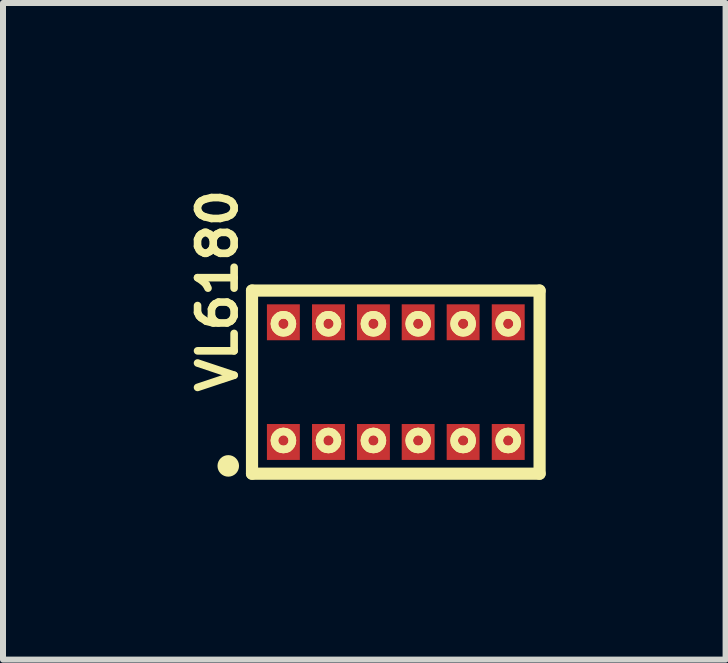
<source format=kicad_pcb>
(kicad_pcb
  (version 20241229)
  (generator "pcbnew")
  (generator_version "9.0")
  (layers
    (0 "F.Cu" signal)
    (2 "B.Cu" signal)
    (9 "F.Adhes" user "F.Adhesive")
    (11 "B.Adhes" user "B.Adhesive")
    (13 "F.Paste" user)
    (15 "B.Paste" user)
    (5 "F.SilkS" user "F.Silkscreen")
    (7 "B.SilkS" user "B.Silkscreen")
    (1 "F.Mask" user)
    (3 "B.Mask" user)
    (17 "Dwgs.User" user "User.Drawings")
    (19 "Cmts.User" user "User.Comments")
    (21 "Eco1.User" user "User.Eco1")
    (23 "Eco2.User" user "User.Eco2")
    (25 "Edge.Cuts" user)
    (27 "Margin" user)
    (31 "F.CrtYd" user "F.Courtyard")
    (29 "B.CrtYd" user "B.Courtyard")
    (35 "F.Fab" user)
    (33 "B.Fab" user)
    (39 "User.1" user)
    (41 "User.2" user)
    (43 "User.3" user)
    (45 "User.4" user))
  (footprint "VL6180"
    (layer "F.Cu")
    (at 3.551 3.323)
    (property "Reference" "VL6180" (at -2.972 -1.524 90) (layer "F.SilkS") (effects (font (size 0.61 0.61) (thickness 0.127))))
    (attr smd)
    (fp_line (start -2.398 -1.527) (end 2.398 -1.527) (stroke (width 0.203) (type solid)) (layer "F.SilkS"))
    (fp_line (start -2.398 1.527) (end -2.398 -1.527) (stroke (width 0.203) (type solid)) (layer "F.SilkS"))
    (fp_line (start -2.024 -0.973) (end -2.019 -1.013) (stroke (width 0.127) (type solid)) (layer "F.SilkS"))
    (fp_line (start -2.024 0.973) (end -2.019 0.935) (stroke (width 0.127) (type solid)) (layer "F.SilkS"))
    (fp_line (start -2.019 -1.013) (end -2.004 -1.049) (stroke (width 0.127) (type solid)) (layer "F.SilkS"))
    (fp_line (start -2.019 -0.935) (end -2.024 -0.973) (stroke (width 0.127) (type solid)) (layer "F.SilkS"))
    (fp_line (start -2.019 0.935) (end -2.004 0.899) (stroke (width 0.127) (type solid)) (layer "F.SilkS"))
    (fp_line (start -2.019 1.013) (end -2.024 0.973) (stroke (width 0.127) (type solid)) (layer "F.SilkS"))
    (fp_line (start -2.004 -1.049) (end -1.979 -1.079) (stroke (width 0.127) (type solid)) (layer "F.SilkS"))
    (fp_line (start -2.004 -0.899) (end -2.019 -0.935) (stroke (width 0.127) (type solid)) (layer "F.SilkS"))
    (fp_line (start -2.004 0.899) (end -1.979 0.869) (stroke (width 0.127) (type solid)) (layer "F.SilkS"))
    (fp_line (start -2.004 1.049) (end -2.019 1.013) (stroke (width 0.127) (type solid)) (layer "F.SilkS"))
    (fp_line (start -1.979 -1.079) (end -1.948 -1.105) (stroke (width 0.127) (type solid)) (layer "F.SilkS"))
    (fp_line (start -1.979 -0.869) (end -2.004 -0.899) (stroke (width 0.127) (type solid)) (layer "F.SilkS"))
    (fp_line (start -1.979 0.869) (end -1.948 0.843) (stroke (width 0.127) (type solid)) (layer "F.SilkS"))
    (fp_line (start -1.979 1.079) (end -2.004 1.049) (stroke (width 0.127) (type solid)) (layer "F.SilkS"))
    (fp_line (start -1.948 -1.105) (end -1.913 -1.118) (stroke (width 0.127) (type solid)) (layer "F.SilkS"))
    (fp_line (start -1.948 -0.843) (end -1.979 -0.869) (stroke (width 0.127) (type solid)) (layer "F.SilkS"))
    (fp_line (start -1.948 0.843) (end -1.913 0.828) (stroke (width 0.127) (type solid)) (layer "F.SilkS"))
    (fp_line (start -1.948 1.105) (end -1.979 1.079) (stroke (width 0.127) (type solid)) (layer "F.SilkS"))
    (fp_line (start -1.913 -1.118) (end -1.875 -1.123) (stroke (width 0.127) (type solid)) (layer "F.SilkS"))
    (fp_line (start -1.913 -0.828) (end -1.948 -0.843) (stroke (width 0.127) (type solid)) (layer "F.SilkS"))
    (fp_line (start -1.913 0.828) (end -1.875 0.823) (stroke (width 0.127) (type solid)) (layer "F.SilkS"))
    (fp_line (start -1.913 1.118) (end -1.948 1.105) (stroke (width 0.127) (type solid)) (layer "F.SilkS"))
    (fp_line (start -1.875 -1.123) (end -1.834 -1.118) (stroke (width 0.127) (type solid)) (layer "F.SilkS"))
    (fp_line (start -1.875 -0.823) (end -1.913 -0.828) (stroke (width 0.127) (type solid)) (layer "F.SilkS"))
    (fp_line (start -1.875 0.823) (end -1.834 0.828) (stroke (width 0.127) (type solid)) (layer "F.SilkS"))
    (fp_line (start -1.875 1.123) (end -1.913 1.118) (stroke (width 0.127) (type solid)) (layer "F.SilkS"))
    (fp_line (start -1.834 -1.118) (end -1.798 -1.105) (stroke (width 0.127) (type solid)) (layer "F.SilkS"))
    (fp_line (start -1.834 -0.828) (end -1.875 -0.823) (stroke (width 0.127) (type solid)) (layer "F.SilkS"))
    (fp_line (start -1.834 0.828) (end -1.798 0.843) (stroke (width 0.127) (type solid)) (layer "F.SilkS"))
    (fp_line (start -1.834 1.118) (end -1.875 1.123) (stroke (width 0.127) (type solid)) (layer "F.SilkS"))
    (fp_line (start -1.798 -1.105) (end -1.768 -1.079) (stroke (width 0.127) (type solid)) (layer "F.SilkS"))
    (fp_line (start -1.798 -0.843) (end -1.834 -0.828) (stroke (width 0.127) (type solid)) (layer "F.SilkS"))
    (fp_line (start -1.798 0.843) (end -1.768 0.869) (stroke (width 0.127) (type solid)) (layer "F.SilkS"))
    (fp_line (start -1.798 1.105) (end -1.834 1.118) (stroke (width 0.127) (type solid)) (layer "F.SilkS"))
    (fp_line (start -1.768 -1.079) (end -1.745 -1.049) (stroke (width 0.127) (type solid)) (layer "F.SilkS"))
    (fp_line (start -1.768 -0.869) (end -1.798 -0.843) (stroke (width 0.127) (type solid)) (layer "F.SilkS"))
    (fp_line (start -1.768 0.869) (end -1.745 0.899) (stroke (width 0.127) (type solid)) (layer "F.SilkS"))
    (fp_line (start -1.768 1.079) (end -1.798 1.105) (stroke (width 0.127) (type solid)) (layer "F.SilkS"))
    (fp_line (start -1.745 -1.049) (end -1.73 -1.013) (stroke (width 0.127) (type solid)) (layer "F.SilkS"))
    (fp_line (start -1.745 -0.899) (end -1.768 -0.869) (stroke (width 0.127) (type solid)) (layer "F.SilkS"))
    (fp_line (start -1.745 0.899) (end -1.73 0.935) (stroke (width 0.127) (type solid)) (layer "F.SilkS"))
    (fp_line (start -1.745 1.049) (end -1.768 1.079) (stroke (width 0.127) (type solid)) (layer "F.SilkS"))
    (fp_line (start -1.73 -1.013) (end -1.725 -0.973) (stroke (width 0.127) (type solid)) (layer "F.SilkS"))
    (fp_line (start -1.73 -0.935) (end -1.745 -0.899) (stroke (width 0.127) (type solid)) (layer "F.SilkS"))
    (fp_line (start -1.73 0.935) (end -1.725 0.973) (stroke (width 0.127) (type solid)) (layer "F.SilkS"))
    (fp_line (start -1.73 1.013) (end -1.745 1.049) (stroke (width 0.127) (type solid)) (layer "F.SilkS"))
    (fp_line (start -1.725 -0.973) (end -1.73 -0.935) (stroke (width 0.127) (type solid)) (layer "F.SilkS"))
    (fp_line (start -1.725 0.973) (end -1.73 1.013) (stroke (width 0.127) (type solid)) (layer "F.SilkS"))
    (fp_line (start -1.273 -0.973) (end -1.267 -1.013) (stroke (width 0.127) (type solid)) (layer "F.SilkS"))
    (fp_line (start -1.273 0.973) (end -1.267 0.935) (stroke (width 0.127) (type solid)) (layer "F.SilkS"))
    (fp_line (start -1.267 -1.013) (end -1.255 -1.049) (stroke (width 0.127) (type solid)) (layer "F.SilkS"))
    (fp_line (start -1.267 -0.935) (end -1.273 -0.973) (stroke (width 0.127) (type solid)) (layer "F.SilkS"))
    (fp_line (start -1.267 0.935) (end -1.255 0.899) (stroke (width 0.127) (type solid)) (layer "F.SilkS"))
    (fp_line (start -1.267 1.013) (end -1.273 0.973) (stroke (width 0.127) (type solid)) (layer "F.SilkS"))
    (fp_line (start -1.255 -1.049) (end -1.229 -1.079) (stroke (width 0.127) (type solid)) (layer "F.SilkS"))
    (fp_line (start -1.255 -0.899) (end -1.267 -0.935) (stroke (width 0.127) (type solid)) (layer "F.SilkS"))
    (fp_line (start -1.255 0.899) (end -1.229 0.869) (stroke (width 0.127) (type solid)) (layer "F.SilkS"))
    (fp_line (start -1.255 1.049) (end -1.267 1.013) (stroke (width 0.127) (type solid)) (layer "F.SilkS"))
    (fp_line (start -1.229 -1.079) (end -1.199 -1.105) (stroke (width 0.127) (type solid)) (layer "F.SilkS"))
    (fp_line (start -1.229 -0.869) (end -1.255 -0.899) (stroke (width 0.127) (type solid)) (layer "F.SilkS"))
    (fp_line (start -1.229 0.869) (end -1.199 0.843) (stroke (width 0.127) (type solid)) (layer "F.SilkS"))
    (fp_line (start -1.229 1.079) (end -1.255 1.049) (stroke (width 0.127) (type solid)) (layer "F.SilkS"))
    (fp_line (start -1.199 -1.105) (end -1.163 -1.118) (stroke (width 0.127) (type solid)) (layer "F.SilkS"))
    (fp_line (start -1.199 -0.843) (end -1.229 -0.869) (stroke (width 0.127) (type solid)) (layer "F.SilkS"))
    (fp_line (start -1.199 0.843) (end -1.163 0.828) (stroke (width 0.127) (type solid)) (layer "F.SilkS"))
    (fp_line (start -1.199 1.105) (end -1.229 1.079) (stroke (width 0.127) (type solid)) (layer "F.SilkS"))
    (fp_line (start -1.163 -1.118) (end -1.123 -1.123) (stroke (width 0.127) (type solid)) (layer "F.SilkS"))
    (fp_line (start -1.163 -0.828) (end -1.199 -0.843) (stroke (width 0.127) (type solid)) (layer "F.SilkS"))
    (fp_line (start -1.163 0.828) (end -1.123 0.823) (stroke (width 0.127) (type solid)) (layer "F.SilkS"))
    (fp_line (start -1.163 1.118) (end -1.199 1.105) (stroke (width 0.127) (type solid)) (layer "F.SilkS"))
    (fp_line (start -1.123 -1.123) (end -1.085 -1.118) (stroke (width 0.127) (type solid)) (layer "F.SilkS"))
    (fp_line (start -1.123 -0.823) (end -1.163 -0.828) (stroke (width 0.127) (type solid)) (layer "F.SilkS"))
    (fp_line (start -1.123 0.823) (end -1.085 0.828) (stroke (width 0.127) (type solid)) (layer "F.SilkS"))
    (fp_line (start -1.123 1.123) (end -1.163 1.118) (stroke (width 0.127) (type solid)) (layer "F.SilkS"))
    (fp_line (start -1.085 -1.118) (end -1.049 -1.105) (stroke (width 0.127) (type solid)) (layer "F.SilkS"))
    (fp_line (start -1.085 -0.828) (end -1.123 -0.823) (stroke (width 0.127) (type solid)) (layer "F.SilkS"))
    (fp_line (start -1.085 0.828) (end -1.049 0.843) (stroke (width 0.127) (type solid)) (layer "F.SilkS"))
    (fp_line (start -1.085 1.118) (end -1.123 1.123) (stroke (width 0.127) (type solid)) (layer "F.SilkS"))
    (fp_line (start -1.049 -1.105) (end -1.019 -1.079) (stroke (width 0.127) (type solid)) (layer "F.SilkS"))
    (fp_line (start -1.049 -0.843) (end -1.085 -0.828) (stroke (width 0.127) (type solid)) (layer "F.SilkS"))
    (fp_line (start -1.049 0.843) (end -1.019 0.869) (stroke (width 0.127) (type solid)) (layer "F.SilkS"))
    (fp_line (start -1.049 1.105) (end -1.085 1.118) (stroke (width 0.127) (type solid)) (layer "F.SilkS"))
    (fp_line (start -1.019 -1.079) (end -0.993 -1.049) (stroke (width 0.127) (type solid)) (layer "F.SilkS"))
    (fp_line (start -1.019 -0.869) (end -1.049 -0.843) (stroke (width 0.127) (type solid)) (layer "F.SilkS"))
    (fp_line (start -1.019 0.869) (end -0.993 0.899) (stroke (width 0.127) (type solid)) (layer "F.SilkS"))
    (fp_line (start -1.019 1.079) (end -1.049 1.105) (stroke (width 0.127) (type solid)) (layer "F.SilkS"))
    (fp_line (start -0.993 -1.049) (end -0.978 -1.013) (stroke (width 0.127) (type solid)) (layer "F.SilkS"))
    (fp_line (start -0.993 -0.899) (end -1.019 -0.869) (stroke (width 0.127) (type solid)) (layer "F.SilkS"))
    (fp_line (start -0.993 0.899) (end -0.978 0.935) (stroke (width 0.127) (type solid)) (layer "F.SilkS"))
    (fp_line (start -0.993 1.049) (end -1.019 1.079) (stroke (width 0.127) (type solid)) (layer "F.SilkS"))
    (fp_line (start -0.978 -1.013) (end -0.973 -0.973) (stroke (width 0.127) (type solid)) (layer "F.SilkS"))
    (fp_line (start -0.978 -0.935) (end -0.993 -0.899) (stroke (width 0.127) (type solid)) (layer "F.SilkS"))
    (fp_line (start -0.978 0.935) (end -0.973 0.973) (stroke (width 0.127) (type solid)) (layer "F.SilkS"))
    (fp_line (start -0.978 1.013) (end -0.993 1.049) (stroke (width 0.127) (type solid)) (layer "F.SilkS"))
    (fp_line (start -0.973 -0.973) (end -0.978 -0.935) (stroke (width 0.127) (type solid)) (layer "F.SilkS"))
    (fp_line (start -0.973 0.973) (end -0.978 1.013) (stroke (width 0.127) (type solid)) (layer "F.SilkS"))
    (fp_line (start -0.523 -0.973) (end -0.518 -1.013) (stroke (width 0.127) (type solid)) (layer "F.SilkS"))
    (fp_line (start -0.523 0.973) (end -0.518 0.935) (stroke (width 0.127) (type solid)) (layer "F.SilkS"))
    (fp_line (start -0.518 -1.013) (end -0.503 -1.049) (stroke (width 0.127) (type solid)) (layer "F.SilkS"))
    (fp_line (start -0.518 -0.935) (end -0.523 -0.973) (stroke (width 0.127) (type solid)) (layer "F.SilkS"))
    (fp_line (start -0.518 0.935) (end -0.503 0.899) (stroke (width 0.127) (type solid)) (layer "F.SilkS"))
    (fp_line (start -0.518 1.013) (end -0.523 0.973) (stroke (width 0.127) (type solid)) (layer "F.SilkS"))
    (fp_line (start -0.503 -1.049) (end -0.48 -1.079) (stroke (width 0.127) (type solid)) (layer "F.SilkS"))
    (fp_line (start -0.503 -0.899) (end -0.518 -0.935) (stroke (width 0.127) (type solid)) (layer "F.SilkS"))
    (fp_line (start -0.503 0.899) (end -0.48 0.869) (stroke (width 0.127) (type solid)) (layer "F.SilkS"))
    (fp_line (start -0.503 1.049) (end -0.518 1.013) (stroke (width 0.127) (type solid)) (layer "F.SilkS"))
    (fp_line (start -0.48 -1.079) (end -0.45 -1.105) (stroke (width 0.127) (type solid)) (layer "F.SilkS"))
    (fp_line (start -0.48 -0.869) (end -0.503 -0.899) (stroke (width 0.127) (type solid)) (layer "F.SilkS"))
    (fp_line (start -0.48 0.869) (end -0.45 0.843) (stroke (width 0.127) (type solid)) (layer "F.SilkS"))
    (fp_line (start -0.48 1.079) (end -0.503 1.049) (stroke (width 0.127) (type solid)) (layer "F.SilkS"))
    (fp_line (start -0.45 -1.105) (end -0.411 -1.118) (stroke (width 0.127) (type solid)) (layer "F.SilkS"))
    (fp_line (start -0.45 -0.843) (end -0.48 -0.869) (stroke (width 0.127) (type solid)) (layer "F.SilkS"))
    (fp_line (start -0.45 0.843) (end -0.411 0.828) (stroke (width 0.127) (type solid)) (layer "F.SilkS"))
    (fp_line (start -0.45 1.105) (end -0.48 1.079) (stroke (width 0.127) (type solid)) (layer "F.SilkS"))
    (fp_line (start -0.411 -1.118) (end -0.373 -1.123) (stroke (width 0.127) (type solid)) (layer "F.SilkS"))
    (fp_line (start -0.411 -0.828) (end -0.45 -0.843) (stroke (width 0.127) (type solid)) (layer "F.SilkS"))
    (fp_line (start -0.411 0.828) (end -0.373 0.823) (stroke (width 0.127) (type solid)) (layer "F.SilkS"))
    (fp_line (start -0.411 1.118) (end -0.45 1.105) (stroke (width 0.127) (type solid)) (layer "F.SilkS"))
    (fp_line (start -0.373 -1.123) (end -0.335 -1.118) (stroke (width 0.127) (type solid)) (layer "F.SilkS"))
    (fp_line (start -0.373 -0.823) (end -0.411 -0.828) (stroke (width 0.127) (type solid)) (layer "F.SilkS"))
    (fp_line (start -0.373 0.823) (end -0.335 0.828) (stroke (width 0.127) (type solid)) (layer "F.SilkS"))
    (fp_line (start -0.373 1.123) (end -0.411 1.118) (stroke (width 0.127) (type solid)) (layer "F.SilkS"))
    (fp_line (start -0.335 -1.118) (end -0.3 -1.105) (stroke (width 0.127) (type solid)) (layer "F.SilkS"))
    (fp_line (start -0.335 -0.828) (end -0.373 -0.823) (stroke (width 0.127) (type solid)) (layer "F.SilkS"))
    (fp_line (start -0.335 0.828) (end -0.3 0.843) (stroke (width 0.127) (type solid)) (layer "F.SilkS"))
    (fp_line (start -0.335 1.118) (end -0.373 1.123) (stroke (width 0.127) (type solid)) (layer "F.SilkS"))
    (fp_line (start -0.3 -1.105) (end -0.267 -1.079) (stroke (width 0.127) (type solid)) (layer "F.SilkS"))
    (fp_line (start -0.3 -0.843) (end -0.335 -0.828) (stroke (width 0.127) (type solid)) (layer "F.SilkS"))
    (fp_line (start -0.3 0.843) (end -0.267 0.869) (stroke (width 0.127) (type solid)) (layer "F.SilkS"))
    (fp_line (start -0.3 1.105) (end -0.335 1.118) (stroke (width 0.127) (type solid)) (layer "F.SilkS"))
    (fp_line (start -0.267 -1.079) (end -0.244 -1.049) (stroke (width 0.127) (type solid)) (layer "F.SilkS"))
    (fp_line (start -0.267 -0.869) (end -0.3 -0.843) (stroke (width 0.127) (type solid)) (layer "F.SilkS"))
    (fp_line (start -0.267 0.869) (end -0.244 0.899) (stroke (width 0.127) (type solid)) (layer "F.SilkS"))
    (fp_line (start -0.267 1.079) (end -0.3 1.105) (stroke (width 0.127) (type solid)) (layer "F.SilkS"))
    (fp_line (start -0.244 -1.049) (end -0.229 -1.013) (stroke (width 0.127) (type solid)) (layer "F.SilkS"))
    (fp_line (start -0.244 -0.899) (end -0.267 -0.869) (stroke (width 0.127) (type solid)) (layer "F.SilkS"))
    (fp_line (start -0.244 0.899) (end -0.229 0.935) (stroke (width 0.127) (type solid)) (layer "F.SilkS"))
    (fp_line (start -0.244 1.049) (end -0.267 1.079) (stroke (width 0.127) (type solid)) (layer "F.SilkS"))
    (fp_line (start -0.229 -1.013) (end -0.224 -0.973) (stroke (width 0.127) (type solid)) (layer "F.SilkS"))
    (fp_line (start -0.229 -0.935) (end -0.244 -0.899) (stroke (width 0.127) (type solid)) (layer "F.SilkS"))
    (fp_line (start -0.229 0.935) (end -0.224 0.973) (stroke (width 0.127) (type solid)) (layer "F.SilkS"))
    (fp_line (start -0.229 1.013) (end -0.244 1.049) (stroke (width 0.127) (type solid)) (layer "F.SilkS"))
    (fp_line (start -0.224 -0.973) (end -0.229 -0.935) (stroke (width 0.127) (type solid)) (layer "F.SilkS"))
    (fp_line (start -0.224 0.973) (end -0.229 1.013) (stroke (width 0.127) (type solid)) (layer "F.SilkS"))
    (fp_line (start 0.224 -0.973) (end 0.229 -1.013) (stroke (width 0.127) (type solid)) (layer "F.SilkS"))
    (fp_line (start 0.224 0.973) (end 0.229 0.935) (stroke (width 0.127) (type solid)) (layer "F.SilkS"))
    (fp_line (start 0.229 -1.013) (end 0.244 -1.049) (stroke (width 0.127) (type solid)) (layer "F.SilkS"))
    (fp_line (start 0.229 -0.935) (end 0.224 -0.973) (stroke (width 0.127) (type solid)) (layer "F.SilkS"))
    (fp_line (start 0.229 0.935) (end 0.244 0.899) (stroke (width 0.127) (type solid)) (layer "F.SilkS"))
    (fp_line (start 0.229 1.013) (end 0.224 0.973) (stroke (width 0.127) (type solid)) (layer "F.SilkS"))
    (fp_line (start 0.244 -1.049) (end 0.267 -1.079) (stroke (width 0.127) (type solid)) (layer "F.SilkS"))
    (fp_line (start 0.244 -0.899) (end 0.229 -0.935) (stroke (width 0.127) (type solid)) (layer "F.SilkS"))
    (fp_line (start 0.244 0.899) (end 0.267 0.869) (stroke (width 0.127) (type solid)) (layer "F.SilkS"))
    (fp_line (start 0.244 1.049) (end 0.229 1.013) (stroke (width 0.127) (type solid)) (layer "F.SilkS"))
    (fp_line (start 0.267 -1.079) (end 0.3 -1.105) (stroke (width 0.127) (type solid)) (layer "F.SilkS"))
    (fp_line (start 0.267 -0.869) (end 0.244 -0.899) (stroke (width 0.127) (type solid)) (layer "F.SilkS"))
    (fp_line (start 0.267 0.869) (end 0.3 0.843) (stroke (width 0.127) (type solid)) (layer "F.SilkS"))
    (fp_line (start 0.267 1.079) (end 0.244 1.049) (stroke (width 0.127) (type solid)) (layer "F.SilkS"))
    (fp_line (start 0.3 -1.105) (end 0.335 -1.118) (stroke (width 0.127) (type solid)) (layer "F.SilkS"))
    (fp_line (start 0.3 -0.843) (end 0.267 -0.869) (stroke (width 0.127) (type solid)) (layer "F.SilkS"))
    (fp_line (start 0.3 0.843) (end 0.335 0.828) (stroke (width 0.127) (type solid)) (layer "F.SilkS"))
    (fp_line (start 0.3 1.105) (end 0.267 1.079) (stroke (width 0.127) (type solid)) (layer "F.SilkS"))
    (fp_line (start 0.335 -1.118) (end 0.373 -1.123) (stroke (width 0.127) (type solid)) (layer "F.SilkS"))
    (fp_line (start 0.335 -0.828) (end 0.3 -0.843) (stroke (width 0.127) (type solid)) (layer "F.SilkS"))
    (fp_line (start 0.335 0.828) (end 0.373 0.823) (stroke (width 0.127) (type solid)) (layer "F.SilkS"))
    (fp_line (start 0.335 1.118) (end 0.3 1.105) (stroke (width 0.127) (type solid)) (layer "F.SilkS"))
    (fp_line (start 0.373 -1.123) (end 0.411 -1.118) (stroke (width 0.127) (type solid)) (layer "F.SilkS"))
    (fp_line (start 0.373 -0.823) (end 0.335 -0.828) (stroke (width 0.127) (type solid)) (layer "F.SilkS"))
    (fp_line (start 0.373 0.823) (end 0.411 0.828) (stroke (width 0.127) (type solid)) (layer "F.SilkS"))
    (fp_line (start 0.373 1.123) (end 0.335 1.118) (stroke (width 0.127) (type solid)) (layer "F.SilkS"))
    (fp_line (start 0.411 -1.118) (end 0.45 -1.105) (stroke (width 0.127) (type solid)) (layer "F.SilkS"))
    (fp_line (start 0.411 -0.828) (end 0.373 -0.823) (stroke (width 0.127) (type solid)) (layer "F.SilkS"))
    (fp_line (start 0.411 0.828) (end 0.45 0.843) (stroke (width 0.127) (type solid)) (layer "F.SilkS"))
    (fp_line (start 0.411 1.118) (end 0.373 1.123) (stroke (width 0.127) (type solid)) (layer "F.SilkS"))
    (fp_line (start 0.45 -1.105) (end 0.48 -1.079) (stroke (width 0.127) (type solid)) (layer "F.SilkS"))
    (fp_line (start 0.45 -0.843) (end 0.411 -0.828) (stroke (width 0.127) (type solid)) (layer "F.SilkS"))
    (fp_line (start 0.45 0.843) (end 0.48 0.869) (stroke (width 0.127) (type solid)) (layer "F.SilkS"))
    (fp_line (start 0.45 1.105) (end 0.411 1.118) (stroke (width 0.127) (type solid)) (layer "F.SilkS"))
    (fp_line (start 0.48 -1.079) (end 0.503 -1.049) (stroke (width 0.127) (type solid)) (layer "F.SilkS"))
    (fp_line (start 0.48 -0.869) (end 0.45 -0.843) (stroke (width 0.127) (type solid)) (layer "F.SilkS"))
    (fp_line (start 0.48 0.869) (end 0.503 0.899) (stroke (width 0.127) (type solid)) (layer "F.SilkS"))
    (fp_line (start 0.48 1.079) (end 0.45 1.105) (stroke (width 0.127) (type solid)) (layer "F.SilkS"))
    (fp_line (start 0.503 -1.049) (end 0.518 -1.013) (stroke (width 0.127) (type solid)) (layer "F.SilkS"))
    (fp_line (start 0.503 -0.899) (end 0.48 -0.869) (stroke (width 0.127) (type solid)) (layer "F.SilkS"))
    (fp_line (start 0.503 0.899) (end 0.518 0.935) (stroke (width 0.127) (type solid)) (layer "F.SilkS"))
    (fp_line (start 0.503 1.049) (end 0.48 1.079) (stroke (width 0.127) (type solid)) (layer "F.SilkS"))
    (fp_line (start 0.518 -1.013) (end 0.523 -0.973) (stroke (width 0.127) (type solid)) (layer "F.SilkS"))
    (fp_line (start 0.518 -0.935) (end 0.503 -0.899) (stroke (width 0.127) (type solid)) (layer "F.SilkS"))
    (fp_line (start 0.518 0.935) (end 0.523 0.973) (stroke (width 0.127) (type solid)) (layer "F.SilkS"))
    (fp_line (start 0.518 1.013) (end 0.503 1.049) (stroke (width 0.127) (type solid)) (layer "F.SilkS"))
    (fp_line (start 0.523 -0.973) (end 0.518 -0.935) (stroke (width 0.127) (type solid)) (layer "F.SilkS"))
    (fp_line (start 0.523 0.973) (end 0.518 1.013) (stroke (width 0.127) (type solid)) (layer "F.SilkS"))
    (fp_line (start 0.973 -0.973) (end 0.978 -1.013) (stroke (width 0.127) (type solid)) (layer "F.SilkS"))
    (fp_line (start 0.973 0.973) (end 0.978 0.935) (stroke (width 0.127) (type solid)) (layer "F.SilkS"))
    (fp_line (start 0.978 -1.013) (end 0.993 -1.049) (stroke (width 0.127) (type solid)) (layer "F.SilkS"))
    (fp_line (start 0.978 -0.935) (end 0.973 -0.973) (stroke (width 0.127) (type solid)) (layer "F.SilkS"))
    (fp_line (start 0.978 0.935) (end 0.993 0.899) (stroke (width 0.127) (type solid)) (layer "F.SilkS"))
    (fp_line (start 0.978 1.013) (end 0.973 0.973) (stroke (width 0.127) (type solid)) (layer "F.SilkS"))
    (fp_line (start 0.993 -1.049) (end 1.019 -1.079) (stroke (width 0.127) (type solid)) (layer "F.SilkS"))
    (fp_line (start 0.993 -0.899) (end 0.978 -0.935) (stroke (width 0.127) (type solid)) (layer "F.SilkS"))
    (fp_line (start 0.993 0.899) (end 1.019 0.869) (stroke (width 0.127) (type solid)) (layer "F.SilkS"))
    (fp_line (start 0.993 1.049) (end 0.978 1.013) (stroke (width 0.127) (type solid)) (layer "F.SilkS"))
    (fp_line (start 1.019 -1.079) (end 1.049 -1.105) (stroke (width 0.127) (type solid)) (layer "F.SilkS"))
    (fp_line (start 1.019 -0.869) (end 0.993 -0.899) (stroke (width 0.127) (type solid)) (layer "F.SilkS"))
    (fp_line (start 1.019 0.869) (end 1.049 0.843) (stroke (width 0.127) (type solid)) (layer "F.SilkS"))
    (fp_line (start 1.019 1.079) (end 0.993 1.049) (stroke (width 0.127) (type solid)) (layer "F.SilkS"))
    (fp_line (start 1.049 -1.105) (end 1.085 -1.118) (stroke (width 0.127) (type solid)) (layer "F.SilkS"))
    (fp_line (start 1.049 -0.843) (end 1.019 -0.869) (stroke (width 0.127) (type solid)) (layer "F.SilkS"))
    (fp_line (start 1.049 0.843) (end 1.085 0.828) (stroke (width 0.127) (type solid)) (layer "F.SilkS"))
    (fp_line (start 1.049 1.105) (end 1.019 1.079) (stroke (width 0.127) (type solid)) (layer "F.SilkS"))
    (fp_line (start 1.085 -1.118) (end 1.123 -1.123) (stroke (width 0.127) (type solid)) (layer "F.SilkS"))
    (fp_line (start 1.085 -0.828) (end 1.049 -0.843) (stroke (width 0.127) (type solid)) (layer "F.SilkS"))
    (fp_line (start 1.085 0.828) (end 1.123 0.823) (stroke (width 0.127) (type solid)) (layer "F.SilkS"))
    (fp_line (start 1.085 1.118) (end 1.049 1.105) (stroke (width 0.127) (type solid)) (layer "F.SilkS"))
    (fp_line (start 1.123 -1.123) (end 1.163 -1.118) (stroke (width 0.127) (type solid)) (layer "F.SilkS"))
    (fp_line (start 1.123 -0.823) (end 1.085 -0.828) (stroke (width 0.127) (type solid)) (layer "F.SilkS"))
    (fp_line (start 1.123 0.823) (end 1.163 0.828) (stroke (width 0.127) (type solid)) (layer "F.SilkS"))
    (fp_line (start 1.123 1.123) (end 1.085 1.118) (stroke (width 0.127) (type solid)) (layer "F.SilkS"))
    (fp_line (start 1.163 -1.118) (end 1.199 -1.105) (stroke (width 0.127) (type solid)) (layer "F.SilkS"))
    (fp_line (start 1.163 -0.828) (end 1.123 -0.823) (stroke (width 0.127) (type solid)) (layer "F.SilkS"))
    (fp_line (start 1.163 0.828) (end 1.199 0.843) (stroke (width 0.127) (type solid)) (layer "F.SilkS"))
    (fp_line (start 1.163 1.118) (end 1.123 1.123) (stroke (width 0.127) (type solid)) (layer "F.SilkS"))
    (fp_line (start 1.199 -1.105) (end 1.229 -1.079) (stroke (width 0.127) (type solid)) (layer "F.SilkS"))
    (fp_line (start 1.199 -0.843) (end 1.163 -0.828) (stroke (width 0.127) (type solid)) (layer "F.SilkS"))
    (fp_line (start 1.199 0.843) (end 1.229 0.869) (stroke (width 0.127) (type solid)) (layer "F.SilkS"))
    (fp_line (start 1.199 1.105) (end 1.163 1.118) (stroke (width 0.127) (type solid)) (layer "F.SilkS"))
    (fp_line (start 1.229 -1.079) (end 1.255 -1.049) (stroke (width 0.127) (type solid)) (layer "F.SilkS"))
    (fp_line (start 1.229 -0.869) (end 1.199 -0.843) (stroke (width 0.127) (type solid)) (layer "F.SilkS"))
    (fp_line (start 1.229 0.869) (end 1.255 0.899) (stroke (width 0.127) (type solid)) (layer "F.SilkS"))
    (fp_line (start 1.229 1.079) (end 1.199 1.105) (stroke (width 0.127) (type solid)) (layer "F.SilkS"))
    (fp_line (start 1.255 -1.049) (end 1.267 -1.013) (stroke (width 0.127) (type solid)) (layer "F.SilkS"))
    (fp_line (start 1.255 -0.899) (end 1.229 -0.869) (stroke (width 0.127) (type solid)) (layer "F.SilkS"))
    (fp_line (start 1.255 0.899) (end 1.267 0.935) (stroke (width 0.127) (type solid)) (layer "F.SilkS"))
    (fp_line (start 1.255 1.049) (end 1.229 1.079) (stroke (width 0.127) (type solid)) (layer "F.SilkS"))
    (fp_line (start 1.267 -1.013) (end 1.273 -0.973) (stroke (width 0.127) (type solid)) (layer "F.SilkS"))
    (fp_line (start 1.267 -0.935) (end 1.255 -0.899) (stroke (width 0.127) (type solid)) (layer "F.SilkS"))
    (fp_line (start 1.267 0.935) (end 1.273 0.973) (stroke (width 0.127) (type solid)) (layer "F.SilkS"))
    (fp_line (start 1.267 1.013) (end 1.255 1.049) (stroke (width 0.127) (type solid)) (layer "F.SilkS"))
    (fp_line (start 1.273 -0.973) (end 1.267 -0.935) (stroke (width 0.127) (type solid)) (layer "F.SilkS"))
    (fp_line (start 1.273 0.973) (end 1.267 1.013) (stroke (width 0.127) (type solid)) (layer "F.SilkS"))
    (fp_line (start 1.725 -0.973) (end 1.73 -1.013) (stroke (width 0.127) (type solid)) (layer "F.SilkS"))
    (fp_line (start 1.725 0.973) (end 1.73 0.935) (stroke (width 0.127) (type solid)) (layer "F.SilkS"))
    (fp_line (start 1.73 -1.013) (end 1.745 -1.049) (stroke (width 0.127) (type solid)) (layer "F.SilkS"))
    (fp_line (start 1.73 -0.935) (end 1.725 -0.973) (stroke (width 0.127) (type solid)) (layer "F.SilkS"))
    (fp_line (start 1.73 0.935) (end 1.745 0.899) (stroke (width 0.127) (type solid)) (layer "F.SilkS"))
    (fp_line (start 1.73 1.013) (end 1.725 0.973) (stroke (width 0.127) (type solid)) (layer "F.SilkS"))
    (fp_line (start 1.745 -1.049) (end 1.768 -1.079) (stroke (width 0.127) (type solid)) (layer "F.SilkS"))
    (fp_line (start 1.745 -0.899) (end 1.73 -0.935) (stroke (width 0.127) (type solid)) (layer "F.SilkS"))
    (fp_line (start 1.745 0.899) (end 1.768 0.869) (stroke (width 0.127) (type solid)) (layer "F.SilkS"))
    (fp_line (start 1.745 1.049) (end 1.73 1.013) (stroke (width 0.127) (type solid)) (layer "F.SilkS"))
    (fp_line (start 1.768 -1.079) (end 1.798 -1.105) (stroke (width 0.127) (type solid)) (layer "F.SilkS"))
    (fp_line (start 1.768 -0.869) (end 1.745 -0.899) (stroke (width 0.127) (type solid)) (layer "F.SilkS"))
    (fp_line (start 1.768 0.869) (end 1.798 0.843) (stroke (width 0.127) (type solid)) (layer "F.SilkS"))
    (fp_line (start 1.768 1.079) (end 1.745 1.049) (stroke (width 0.127) (type solid)) (layer "F.SilkS"))
    (fp_line (start 1.798 -1.105) (end 1.834 -1.118) (stroke (width 0.127) (type solid)) (layer "F.SilkS"))
    (fp_line (start 1.798 -0.843) (end 1.768 -0.869) (stroke (width 0.127) (type solid)) (layer "F.SilkS"))
    (fp_line (start 1.798 0.843) (end 1.834 0.828) (stroke (width 0.127) (type solid)) (layer "F.SilkS"))
    (fp_line (start 1.798 1.105) (end 1.768 1.079) (stroke (width 0.127) (type solid)) (layer "F.SilkS"))
    (fp_line (start 1.834 -1.118) (end 1.875 -1.123) (stroke (width 0.127) (type solid)) (layer "F.SilkS"))
    (fp_line (start 1.834 -0.828) (end 1.798 -0.843) (stroke (width 0.127) (type solid)) (layer "F.SilkS"))
    (fp_line (start 1.834 0.828) (end 1.875 0.823) (stroke (width 0.127) (type solid)) (layer "F.SilkS"))
    (fp_line (start 1.834 1.118) (end 1.798 1.105) (stroke (width 0.127) (type solid)) (layer "F.SilkS"))
    (fp_line (start 1.875 -1.123) (end 1.913 -1.118) (stroke (width 0.127) (type solid)) (layer "F.SilkS"))
    (fp_line (start 1.875 -0.823) (end 1.834 -0.828) (stroke (width 0.127) (type solid)) (layer "F.SilkS"))
    (fp_line (start 1.875 0.823) (end 1.913 0.828) (stroke (width 0.127) (type solid)) (layer "F.SilkS"))
    (fp_line (start 1.875 1.123) (end 1.834 1.118) (stroke (width 0.127) (type solid)) (layer "F.SilkS"))
    (fp_line (start 1.913 -1.118) (end 1.948 -1.105) (stroke (width 0.127) (type solid)) (layer "F.SilkS"))
    (fp_line (start 1.913 -0.828) (end 1.875 -0.823) (stroke (width 0.127) (type solid)) (layer "F.SilkS"))
    (fp_line (start 1.913 0.828) (end 1.948 0.843) (stroke (width 0.127) (type solid)) (layer "F.SilkS"))
    (fp_line (start 1.913 1.118) (end 1.875 1.123) (stroke (width 0.127) (type solid)) (layer "F.SilkS"))
    (fp_line (start 1.948 -1.105) (end 1.979 -1.079) (stroke (width 0.127) (type solid)) (layer "F.SilkS"))
    (fp_line (start 1.948 -0.843) (end 1.913 -0.828) (stroke (width 0.127) (type solid)) (layer "F.SilkS"))
    (fp_line (start 1.948 0.843) (end 1.979 0.869) (stroke (width 0.127) (type solid)) (layer "F.SilkS"))
    (fp_line (start 1.948 1.105) (end 1.913 1.118) (stroke (width 0.127) (type solid)) (layer "F.SilkS"))
    (fp_line (start 1.979 -1.079) (end 2.004 -1.049) (stroke (width 0.127) (type solid)) (layer "F.SilkS"))
    (fp_line (start 1.979 -0.869) (end 1.948 -0.843) (stroke (width 0.127) (type solid)) (layer "F.SilkS"))
    (fp_line (start 1.979 0.869) (end 2.004 0.899) (stroke (width 0.127) (type solid)) (layer "F.SilkS"))
    (fp_line (start 1.979 1.079) (end 1.948 1.105) (stroke (width 0.127) (type solid)) (layer "F.SilkS"))
    (fp_line (start 2.004 -1.049) (end 2.019 -1.013) (stroke (width 0.127) (type solid)) (layer "F.SilkS"))
    (fp_line (start 2.004 -0.899) (end 1.979 -0.869) (stroke (width 0.127) (type solid)) (layer "F.SilkS"))
    (fp_line (start 2.004 0.899) (end 2.019 0.935) (stroke (width 0.127) (type solid)) (layer "F.SilkS"))
    (fp_line (start 2.004 1.049) (end 1.979 1.079) (stroke (width 0.127) (type solid)) (layer "F.SilkS"))
    (fp_line (start 2.019 -1.013) (end 2.024 -0.973) (stroke (width 0.127) (type solid)) (layer "F.SilkS"))
    (fp_line (start 2.019 -0.935) (end 2.004 -0.899) (stroke (width 0.127) (type solid)) (layer "F.SilkS"))
    (fp_line (start 2.019 0.935) (end 2.024 0.973) (stroke (width 0.127) (type solid)) (layer "F.SilkS"))
    (fp_line (start 2.019 1.013) (end 2.004 1.049) (stroke (width 0.127) (type solid)) (layer "F.SilkS"))
    (fp_line (start 2.024 -0.973) (end 2.019 -0.935) (stroke (width 0.127) (type solid)) (layer "F.SilkS"))
    (fp_line (start 2.024 0.973) (end 2.019 1.013) (stroke (width 0.127) (type solid)) (layer "F.SilkS"))
    (fp_line (start 2.398 -1.527) (end 2.398 1.527) (stroke (width 0.203) (type solid)) (layer "F.SilkS"))
    (fp_line (start 2.398 1.527) (end -2.398 1.527) (stroke (width 0.203) (type solid)) (layer "F.SilkS"))
    (fp_circle (center -2.794 1.397) (end -2.921 1.524) (stroke (width 0) (type solid)) (fill yes) (layer "F.SilkS"))
    (pad "1" smd rect (at -1.875 0.998) (size 0.549 0.599) (layers "F.Cu" "F.Mask" "F.Paste"))
    (pad "2" smd rect (at -1.123 0.998) (size 0.549 0.599) (layers "F.Cu" "F.Mask" "F.Paste"))
    (pad "3" smd rect (at -0.373 0.998) (size 0.549 0.599) (layers "F.Cu" "F.Mask" "F.Paste"))
    (pad "4" smd rect (at 0.373 0.998) (size 0.549 0.599) (layers "F.Cu" "F.Mask" "F.Paste"))
    (pad "5" smd rect (at 1.123 0.998) (size 0.549 0.599) (layers "F.Cu" "F.Mask" "F.Paste"))
    (pad "6" smd rect (at 1.875 0.998) (size 0.549 0.599) (layers "F.Cu" "F.Mask" "F.Paste"))
    (pad "7" smd rect (at 1.875 -0.998) (size 0.549 0.599) (layers "F.Cu" "F.Mask" "F.Paste"))
    (pad "8" smd rect (at 1.123 -0.998) (size 0.549 0.599) (layers "F.Cu" "F.Mask" "F.Paste"))
    (pad "9" smd rect (at 0.373 -0.998) (size 0.549 0.599) (layers "F.Cu" "F.Mask" "F.Paste"))
    (pad "10" smd rect (at -0.373 -0.998) (size 0.549 0.599) (layers "F.Cu" "F.Mask" "F.Paste"))
    (pad "11" smd rect (at -1.123 -0.998) (size 0.549 0.599) (layers "F.Cu" "F.Mask" "F.Paste"))
    (pad "12" smd rect (at -1.875 -0.998) (size 0.549 0.599) (layers "F.Cu" "F.Mask" "F.Paste")))
  (gr_rect
    (start -3 -3)
    (end 9.051 7.951)
    (stroke (width 0.1) (type default))
    (fill no)
    (layer "Edge.Cuts")))
</source>
